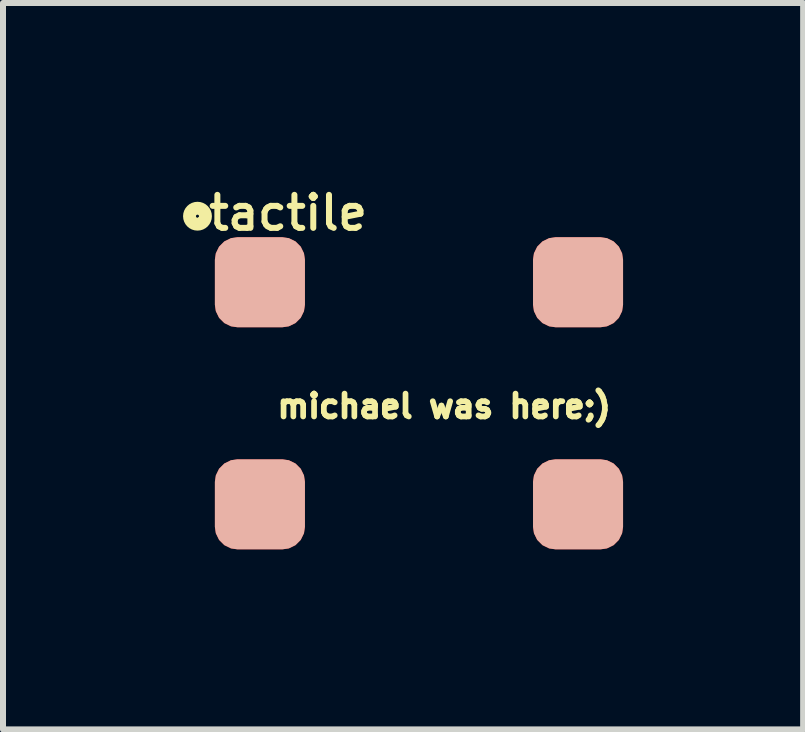
<source format=kicad_pcb>
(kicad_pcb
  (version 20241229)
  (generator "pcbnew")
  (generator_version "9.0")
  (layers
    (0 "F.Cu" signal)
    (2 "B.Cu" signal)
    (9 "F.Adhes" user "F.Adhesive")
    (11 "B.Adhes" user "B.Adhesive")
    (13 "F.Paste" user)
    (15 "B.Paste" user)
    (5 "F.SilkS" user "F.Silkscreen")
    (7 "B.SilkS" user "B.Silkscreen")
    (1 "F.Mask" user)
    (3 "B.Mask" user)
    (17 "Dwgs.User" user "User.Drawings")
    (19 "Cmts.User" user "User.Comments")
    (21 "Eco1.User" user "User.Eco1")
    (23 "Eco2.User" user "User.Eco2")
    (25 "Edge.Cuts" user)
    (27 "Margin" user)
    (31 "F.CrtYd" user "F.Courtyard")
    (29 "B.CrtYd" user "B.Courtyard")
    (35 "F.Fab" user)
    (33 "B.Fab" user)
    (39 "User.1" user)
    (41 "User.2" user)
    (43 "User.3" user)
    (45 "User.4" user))
  (footprint "tactile"
    (layer "F.Cu")
    (at 3.42 3.262)
    (property "Reference" "tactile" (at -1.67 -2.765 0) (layer "F.SilkS") (effects (font (size 0.55 0.55) (thickness 0.1))))
    (attr through_hole)
    (fp_circle (center -3.19 -2.72) (end -3.15 -2.73) (stroke (width 0.12) (type solid)) (fill no) (layer "F.SilkS"))
    (fp_circle (center -3.18 -2.71) (end -3.1 -2.68) (stroke (width 0.12) (type solid)) (fill no) (layer "F.SilkS"))
    (fp_circle (center -3.18 -2.71) (end -3 -2.7) (stroke (width 0.12) (type solid)) (fill no) (layer "F.SilkS"))
    (fp_text user "michael was here;)" (at 0.93 0.455 0) (layer "F.SilkS") (effects (font (size 0.381 0.381) (thickness 0.095))))
    (pad "1" smd roundrect (at -2.14 -1.61) (size 1.5 1.5) (layers "F.Cu" "F.Mask" "B.SilkS" "F.Paste") (roundrect_rratio 0.25))
    (pad "1" smd roundrect (at -2.14 2.09) (size 1.5 1.5) (layers "F.Cu" "F.Mask" "B.SilkS" "F.Paste") (roundrect_rratio 0.25))
    (pad "2" smd roundrect (at 3.16 -1.61) (size 1.5 1.5) (layers "F.Cu" "F.Mask" "B.SilkS" "F.Paste") (roundrect_rratio 0.25))
    (pad "2" smd roundrect (at 3.16 2.09) (size 1.5 1.5) (layers "F.Cu" "F.Mask" "B.SilkS" "F.Paste") (roundrect_rratio 0.25)))
  (gr_rect
    (start -3 -3)
    (end 10.33 9.102)
    (stroke (width 0.1) (type default))
    (fill no)
    (layer "Edge.Cuts")))
</source>
